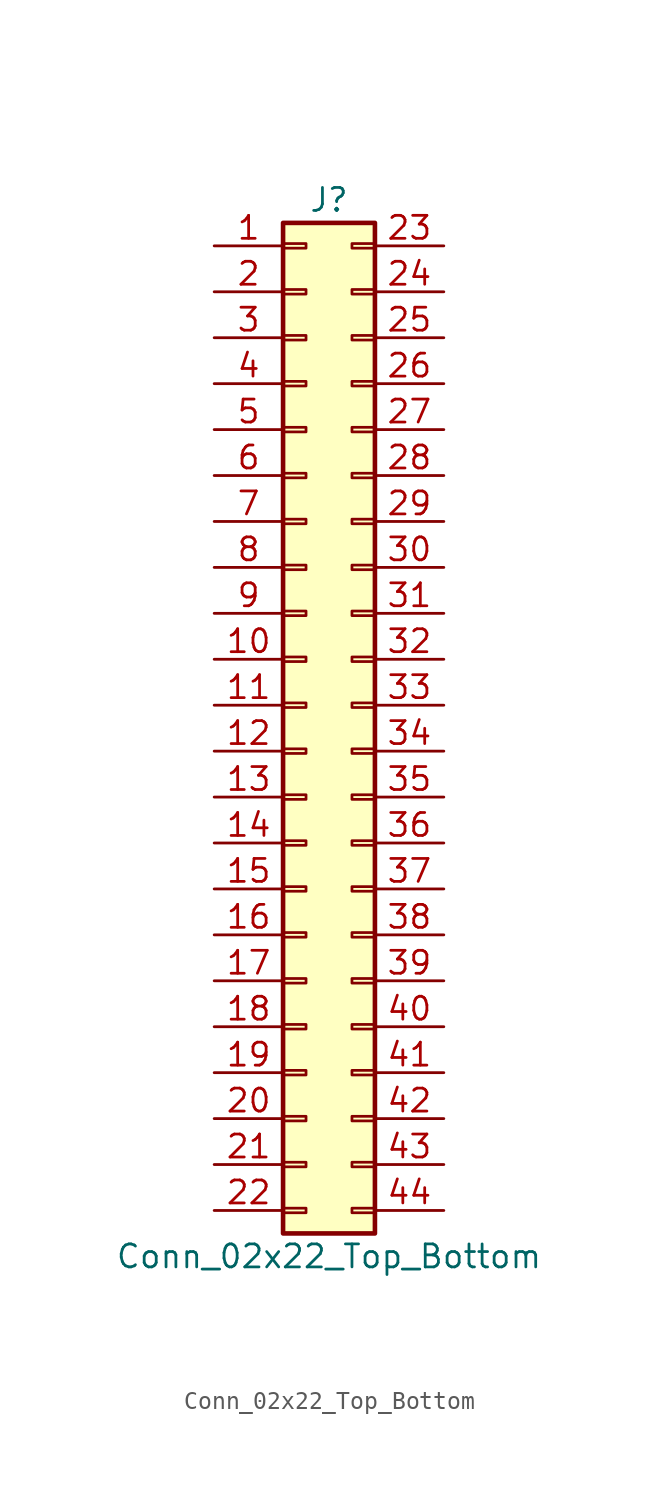
<source format=kicad_sym>
(kicad_symbol_lib
  (version 20201005)
  (generator kicad_symbol_editor)
  (symbol "Conn_02x22_Top_Bottom"
    (pin_names
      (offset 1.016) hide)
    (property "Reference" "J"
      (at 1.27 27.94 0)
      (effects (font (size 1.27 1.27))))
    (property "Value" "Conn_02x22_Top_Bottom"
      (at 1.27 -30.48 0)
      (effects (font (size 1.27 1.27))))
    (symbol "Conn_02x22_Top_Bottom_1_1"
      (rectangle (start -1.27 -27.813) (end 0 -28.067) (stroke (width 0.152)) (fill (type none)))
      (rectangle (start -1.27 -25.273) (end 0 -25.527) (stroke (width 0.152)) (fill (type none)))
      (rectangle (start -1.27 -22.733) (end 0 -22.987) (stroke (width 0.152)) (fill (type none)))
      (rectangle (start -1.27 -20.193) (end 0 -20.447) (stroke (width 0.152)) (fill (type none)))
      (rectangle (start -1.27 -17.653) (end 0 -17.907) (stroke (width 0.152)) (fill (type none)))
      (rectangle (start -1.27 -15.113) (end 0 -15.367) (stroke (width 0.152)) (fill (type none)))
      (rectangle (start -1.27 -12.573) (end 0 -12.827) (stroke (width 0.152)) (fill (type none)))
      (rectangle (start -1.27 -10.033) (end 0 -10.287) (stroke (width 0.152)) (fill (type none)))
      (rectangle (start -1.27 -7.493) (end 0 -7.747) (stroke (width 0.152)) (fill (type none)))
      (rectangle (start -1.27 -4.953) (end 0 -5.207) (stroke (width 0.152)) (fill (type none)))
      (rectangle (start -1.27 -2.413) (end 0 -2.667) (stroke (width 0.152)) (fill (type none)))
      (rectangle (start -1.27 0.127) (end 0 -0.127) (stroke (width 0.152)) (fill (type none)))
      (rectangle (start -1.27 2.667) (end 0 2.413) (stroke (width 0.152)) (fill (type none)))
      (rectangle (start -1.27 5.207) (end 0 4.953) (stroke (width 0.152)) (fill (type none)))
      (rectangle (start -1.27 7.747) (end 0 7.493) (stroke (width 0.152)) (fill (type none)))
      (rectangle (start -1.27 10.287) (end 0 10.033) (stroke (width 0.152)) (fill (type none)))
      (rectangle (start -1.27 12.827) (end 0 12.573) (stroke (width 0.152)) (fill (type none)))
      (rectangle (start -1.27 15.367) (end 0 15.113) (stroke (width 0.152)) (fill (type none)))
      (rectangle (start -1.27 17.907) (end 0 17.653) (stroke (width 0.152)) (fill (type none)))
      (rectangle (start -1.27 20.447) (end 0 20.193) (stroke (width 0.152)) (fill (type none)))
      (rectangle (start -1.27 22.987) (end 0 22.733) (stroke (width 0.152)) (fill (type none)))
      (rectangle (start -1.27 25.527) (end 0 25.273) (stroke (width 0.152)) (fill (type none)))
      (rectangle (start -1.27 26.67) (end 3.81 -29.21) (stroke (width 0.254)) (fill (type background)))
      (rectangle (start 3.81 -27.813) (end 2.54 -28.067) (stroke (width 0.152)) (fill (type none)))
      (rectangle (start 3.81 -25.273) (end 2.54 -25.527) (stroke (width 0.152)) (fill (type none)))
      (rectangle (start 3.81 -22.733) (end 2.54 -22.987) (stroke (width 0.152)) (fill (type none)))
      (rectangle (start 3.81 -20.193) (end 2.54 -20.447) (stroke (width 0.152)) (fill (type none)))
      (rectangle (start 3.81 -17.653) (end 2.54 -17.907) (stroke (width 0.152)) (fill (type none)))
      (rectangle (start 3.81 -15.113) (end 2.54 -15.367) (stroke (width 0.152)) (fill (type none)))
      (rectangle (start 3.81 -12.573) (end 2.54 -12.827) (stroke (width 0.152)) (fill (type none)))
      (rectangle (start 3.81 -10.033) (end 2.54 -10.287) (stroke (width 0.152)) (fill (type none)))
      (rectangle (start 3.81 -7.493) (end 2.54 -7.747) (stroke (width 0.152)) (fill (type none)))
      (rectangle (start 3.81 -4.953) (end 2.54 -5.207) (stroke (width 0.152)) (fill (type none)))
      (rectangle (start 3.81 -2.413) (end 2.54 -2.667) (stroke (width 0.152)) (fill (type none)))
      (rectangle (start 3.81 0.127) (end 2.54 -0.127) (stroke (width 0.152)) (fill (type none)))
      (rectangle (start 3.81 2.667) (end 2.54 2.413) (stroke (width 0.152)) (fill (type none)))
      (rectangle (start 3.81 5.207) (end 2.54 4.953) (stroke (width 0.152)) (fill (type none)))
      (rectangle (start 3.81 7.747) (end 2.54 7.493) (stroke (width 0.152)) (fill (type none)))
      (rectangle (start 3.81 10.287) (end 2.54 10.033) (stroke (width 0.152)) (fill (type none)))
      (rectangle (start 3.81 12.827) (end 2.54 12.573) (stroke (width 0.152)) (fill (type none)))
      (rectangle (start 3.81 15.367) (end 2.54 15.113) (stroke (width 0.152)) (fill (type none)))
      (rectangle (start 3.81 17.907) (end 2.54 17.653) (stroke (width 0.152)) (fill (type none)))
      (rectangle (start 3.81 20.447) (end 2.54 20.193) (stroke (width 0.152)) (fill (type none)))
      (rectangle (start 3.81 22.987) (end 2.54 22.733) (stroke (width 0.152)) (fill (type none)))
      (rectangle (start 3.81 25.527) (end 2.54 25.273) (stroke (width 0.152)) (fill (type none)))
      (pin passive line (at -5.08 25.4 0) (length 3.81) (name "Pin_1" (effects (font (size 1.27 1.27)))) (number "1" (effects (font (size 1.27 1.27)))))
      (pin passive line (at -5.08 2.54 0) (length 3.81) (name "Pin_10" (effects (font (size 1.27 1.27)))) (number "10" (effects (font (size 1.27 1.27)))))
      (pin passive line (at -5.08 0 0) (length 3.81) (name "Pin_11" (effects (font (size 1.27 1.27)))) (number "11" (effects (font (size 1.27 1.27)))))
      (pin passive line (at -5.08 -2.54 0) (length 3.81) (name "Pin_12" (effects (font (size 1.27 1.27)))) (number "12" (effects (font (size 1.27 1.27)))))
      (pin passive line (at -5.08 -5.08 0) (length 3.81) (name "Pin_13" (effects (font (size 1.27 1.27)))) (number "13" (effects (font (size 1.27 1.27)))))
      (pin passive line (at -5.08 -7.62 0) (length 3.81) (name "Pin_14" (effects (font (size 1.27 1.27)))) (number "14" (effects (font (size 1.27 1.27)))))
      (pin passive line (at -5.08 -10.16 0) (length 3.81) (name "Pin_15" (effects (font (size 1.27 1.27)))) (number "15" (effects (font (size 1.27 1.27)))))
      (pin passive line (at -5.08 -12.7 0) (length 3.81) (name "Pin_16" (effects (font (size 1.27 1.27)))) (number "16" (effects (font (size 1.27 1.27)))))
      (pin passive line (at -5.08 -15.24 0) (length 3.81) (name "Pin_17" (effects (font (size 1.27 1.27)))) (number "17" (effects (font (size 1.27 1.27)))))
      (pin passive line (at -5.08 -17.78 0) (length 3.81) (name "Pin_18" (effects (font (size 1.27 1.27)))) (number "18" (effects (font (size 1.27 1.27)))))
      (pin passive line (at -5.08 -20.32 0) (length 3.81) (name "Pin_19" (effects (font (size 1.27 1.27)))) (number "19" (effects (font (size 1.27 1.27)))))
      (pin passive line (at -5.08 22.86 0) (length 3.81) (name "Pin_2" (effects (font (size 1.27 1.27)))) (number "2" (effects (font (size 1.27 1.27)))))
      (pin passive line (at -5.08 -22.86 0) (length 3.81) (name "Pin_20" (effects (font (size 1.27 1.27)))) (number "20" (effects (font (size 1.27 1.27)))))
      (pin passive line (at -5.08 -25.4 0) (length 3.81) (name "Pin_21" (effects (font (size 1.27 1.27)))) (number "21" (effects (font (size 1.27 1.27)))))
      (pin passive line (at -5.08 -27.94 0) (length 3.81) (name "Pin_22" (effects (font (size 1.27 1.27)))) (number "22" (effects (font (size 1.27 1.27)))))
      (pin passive line (at 7.62 25.4 180) (length 3.81) (name "Pin_23" (effects (font (size 1.27 1.27)))) (number "23" (effects (font (size 1.27 1.27)))))
      (pin passive line (at 7.62 22.86 180) (length 3.81) (name "Pin_24" (effects (font (size 1.27 1.27)))) (number "24" (effects (font (size 1.27 1.27)))))
      (pin passive line (at 7.62 20.32 180) (length 3.81) (name "Pin_25" (effects (font (size 1.27 1.27)))) (number "25" (effects (font (size 1.27 1.27)))))
      (pin passive line (at 7.62 17.78 180) (length 3.81) (name "Pin_26" (effects (font (size 1.27 1.27)))) (number "26" (effects (font (size 1.27 1.27)))))
      (pin passive line (at 7.62 15.24 180) (length 3.81) (name "Pin_27" (effects (font (size 1.27 1.27)))) (number "27" (effects (font (size 1.27 1.27)))))
      (pin passive line (at 7.62 12.7 180) (length 3.81) (name "Pin_28" (effects (font (size 1.27 1.27)))) (number "28" (effects (font (size 1.27 1.27)))))
      (pin passive line (at 7.62 10.16 180) (length 3.81) (name "Pin_29" (effects (font (size 1.27 1.27)))) (number "29" (effects (font (size 1.27 1.27)))))
      (pin passive line (at -5.08 20.32 0) (length 3.81) (name "Pin_3" (effects (font (size 1.27 1.27)))) (number "3" (effects (font (size 1.27 1.27)))))
      (pin passive line (at 7.62 7.62 180) (length 3.81) (name "Pin_30" (effects (font (size 1.27 1.27)))) (number "30" (effects (font (size 1.27 1.27)))))
      (pin passive line (at 7.62 5.08 180) (length 3.81) (name "Pin_31" (effects (font (size 1.27 1.27)))) (number "31" (effects (font (size 1.27 1.27)))))
      (pin passive line (at 7.62 2.54 180) (length 3.81) (name "Pin_32" (effects (font (size 1.27 1.27)))) (number "32" (effects (font (size 1.27 1.27)))))
      (pin passive line (at 7.62 0 180) (length 3.81) (name "Pin_33" (effects (font (size 1.27 1.27)))) (number "33" (effects (font (size 1.27 1.27)))))
      (pin passive line (at 7.62 -2.54 180) (length 3.81) (name "Pin_34" (effects (font (size 1.27 1.27)))) (number "34" (effects (font (size 1.27 1.27)))))
      (pin passive line (at 7.62 -5.08 180) (length 3.81) (name "Pin_35" (effects (font (size 1.27 1.27)))) (number "35" (effects (font (size 1.27 1.27)))))
      (pin passive line (at 7.62 -7.62 180) (length 3.81) (name "Pin_36" (effects (font (size 1.27 1.27)))) (number "36" (effects (font (size 1.27 1.27)))))
      (pin passive line (at 7.62 -10.16 180) (length 3.81) (name "Pin_37" (effects (font (size 1.27 1.27)))) (number "37" (effects (font (size 1.27 1.27)))))
      (pin passive line (at 7.62 -12.7 180) (length 3.81) (name "Pin_38" (effects (font (size 1.27 1.27)))) (number "38" (effects (font (size 1.27 1.27)))))
      (pin passive line (at 7.62 -15.24 180) (length 3.81) (name "Pin_39" (effects (font (size 1.27 1.27)))) (number "39" (effects (font (size 1.27 1.27)))))
      (pin passive line (at -5.08 17.78 0) (length 3.81) (name "Pin_4" (effects (font (size 1.27 1.27)))) (number "4" (effects (font (size 1.27 1.27)))))
      (pin passive line (at 7.62 -17.78 180) (length 3.81) (name "Pin_40" (effects (font (size 1.27 1.27)))) (number "40" (effects (font (size 1.27 1.27)))))
      (pin passive line (at 7.62 -20.32 180) (length 3.81) (name "Pin_41" (effects (font (size 1.27 1.27)))) (number "41" (effects (font (size 1.27 1.27)))))
      (pin passive line (at 7.62 -22.86 180) (length 3.81) (name "Pin_42" (effects (font (size 1.27 1.27)))) (number "42" (effects (font (size 1.27 1.27)))))
      (pin passive line (at 7.62 -25.4 180) (length 3.81) (name "Pin_43" (effects (font (size 1.27 1.27)))) (number "43" (effects (font (size 1.27 1.27)))))
      (pin passive line (at 7.62 -27.94 180) (length 3.81) (name "Pin_44" (effects (font (size 1.27 1.27)))) (number "44" (effects (font (size 1.27 1.27)))))
      (pin passive line (at -5.08 15.24 0) (length 3.81) (name "Pin_5" (effects (font (size 1.27 1.27)))) (number "5" (effects (font (size 1.27 1.27)))))
      (pin passive line (at -5.08 12.7 0) (length 3.81) (name "Pin_6" (effects (font (size 1.27 1.27)))) (number "6" (effects (font (size 1.27 1.27)))))
      (pin passive line (at -5.08 10.16 0) (length 3.81) (name "Pin_7" (effects (font (size 1.27 1.27)))) (number "7" (effects (font (size 1.27 1.27)))))
      (pin passive line (at -5.08 7.62 0) (length 3.81) (name "Pin_8" (effects (font (size 1.27 1.27)))) (number "8" (effects (font (size 1.27 1.27)))))
      (pin passive line (at -5.08 5.08 0) (length 3.81) (name "Pin_9" (effects (font (size 1.27 1.27)))) (number "9" (effects (font (size 1.27 1.27))))))))
</source>
